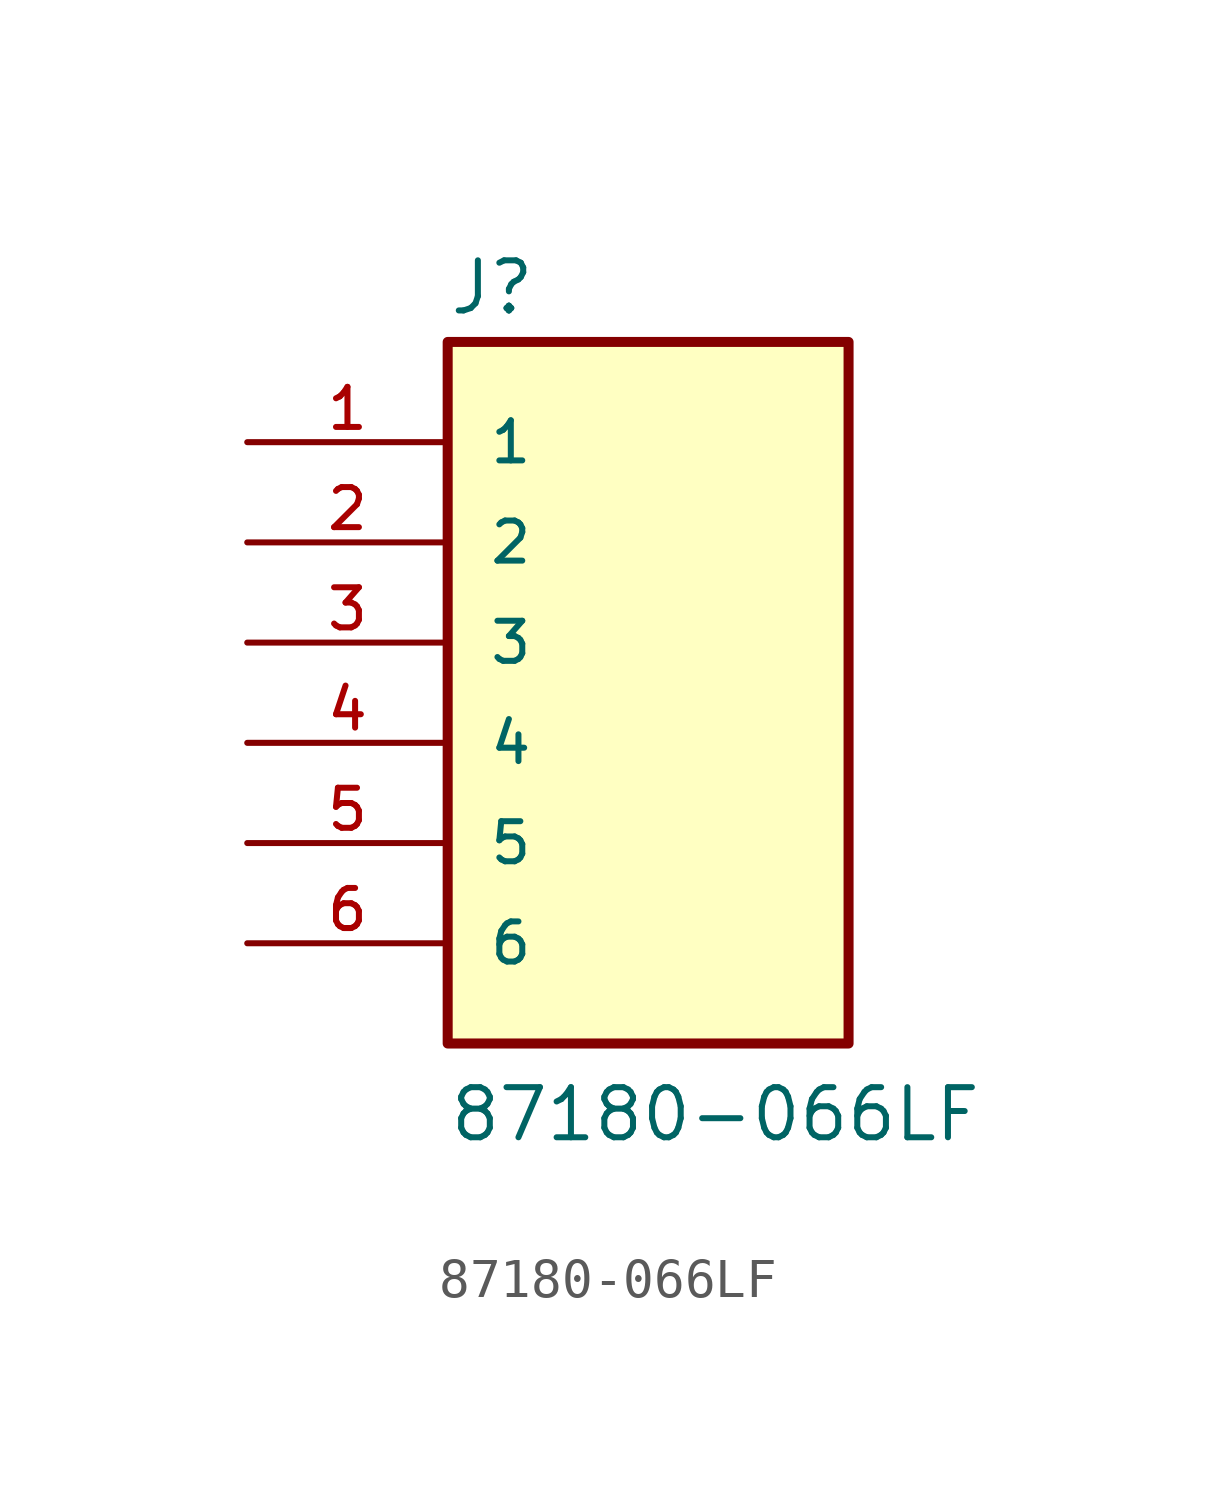
<source format=kicad_sym>
(kicad_symbol_lib
  (version 20211014)
  (generator kicad_symbol_editor)
  (symbol "87180-066LF"
    (pin_names
      (offset 1.016))
    (property "Reference" "J"
      (at -5.08 8.255 0)
      (effects (font (size 1.27 1.27)) (justify bottom left)))
    (property "Value" "87180-066LF"
      (at -5.08 -12.7 0)
      (effects (font (size 1.27 1.27)) (justify bottom left)))
    (symbol "87180-066LF_0_0"
      (rectangle (start -5.08 -10.16) (end 5.08 7.62) (stroke (width 0.254)) (fill (type background)))
      (pin passive line (at -10.16 5.08 0) (length 5.08) (name "1" (effects (font (size 1.016 1.016)))) (number "1" (effects (font (size 1.016 1.016)))))
      (pin passive line (at -10.16 2.54 0) (length 5.08) (name "2" (effects (font (size 1.016 1.016)))) (number "2" (effects (font (size 1.016 1.016)))))
      (pin passive line (at -10.16 0.0 0) (length 5.08) (name "3" (effects (font (size 1.016 1.016)))) (number "3" (effects (font (size 1.016 1.016)))))
      (pin passive line (at -10.16 -2.54 0) (length 5.08) (name "4" (effects (font (size 1.016 1.016)))) (number "4" (effects (font (size 1.016 1.016)))))
      (pin passive line (at -10.16 -5.08 0) (length 5.08) (name "5" (effects (font (size 1.016 1.016)))) (number "5" (effects (font (size 1.016 1.016)))))
      (pin passive line (at -10.16 -7.62 0) (length 5.08) (name "6" (effects (font (size 1.016 1.016)))) (number "6" (effects (font (size 1.016 1.016))))))))
</source>
